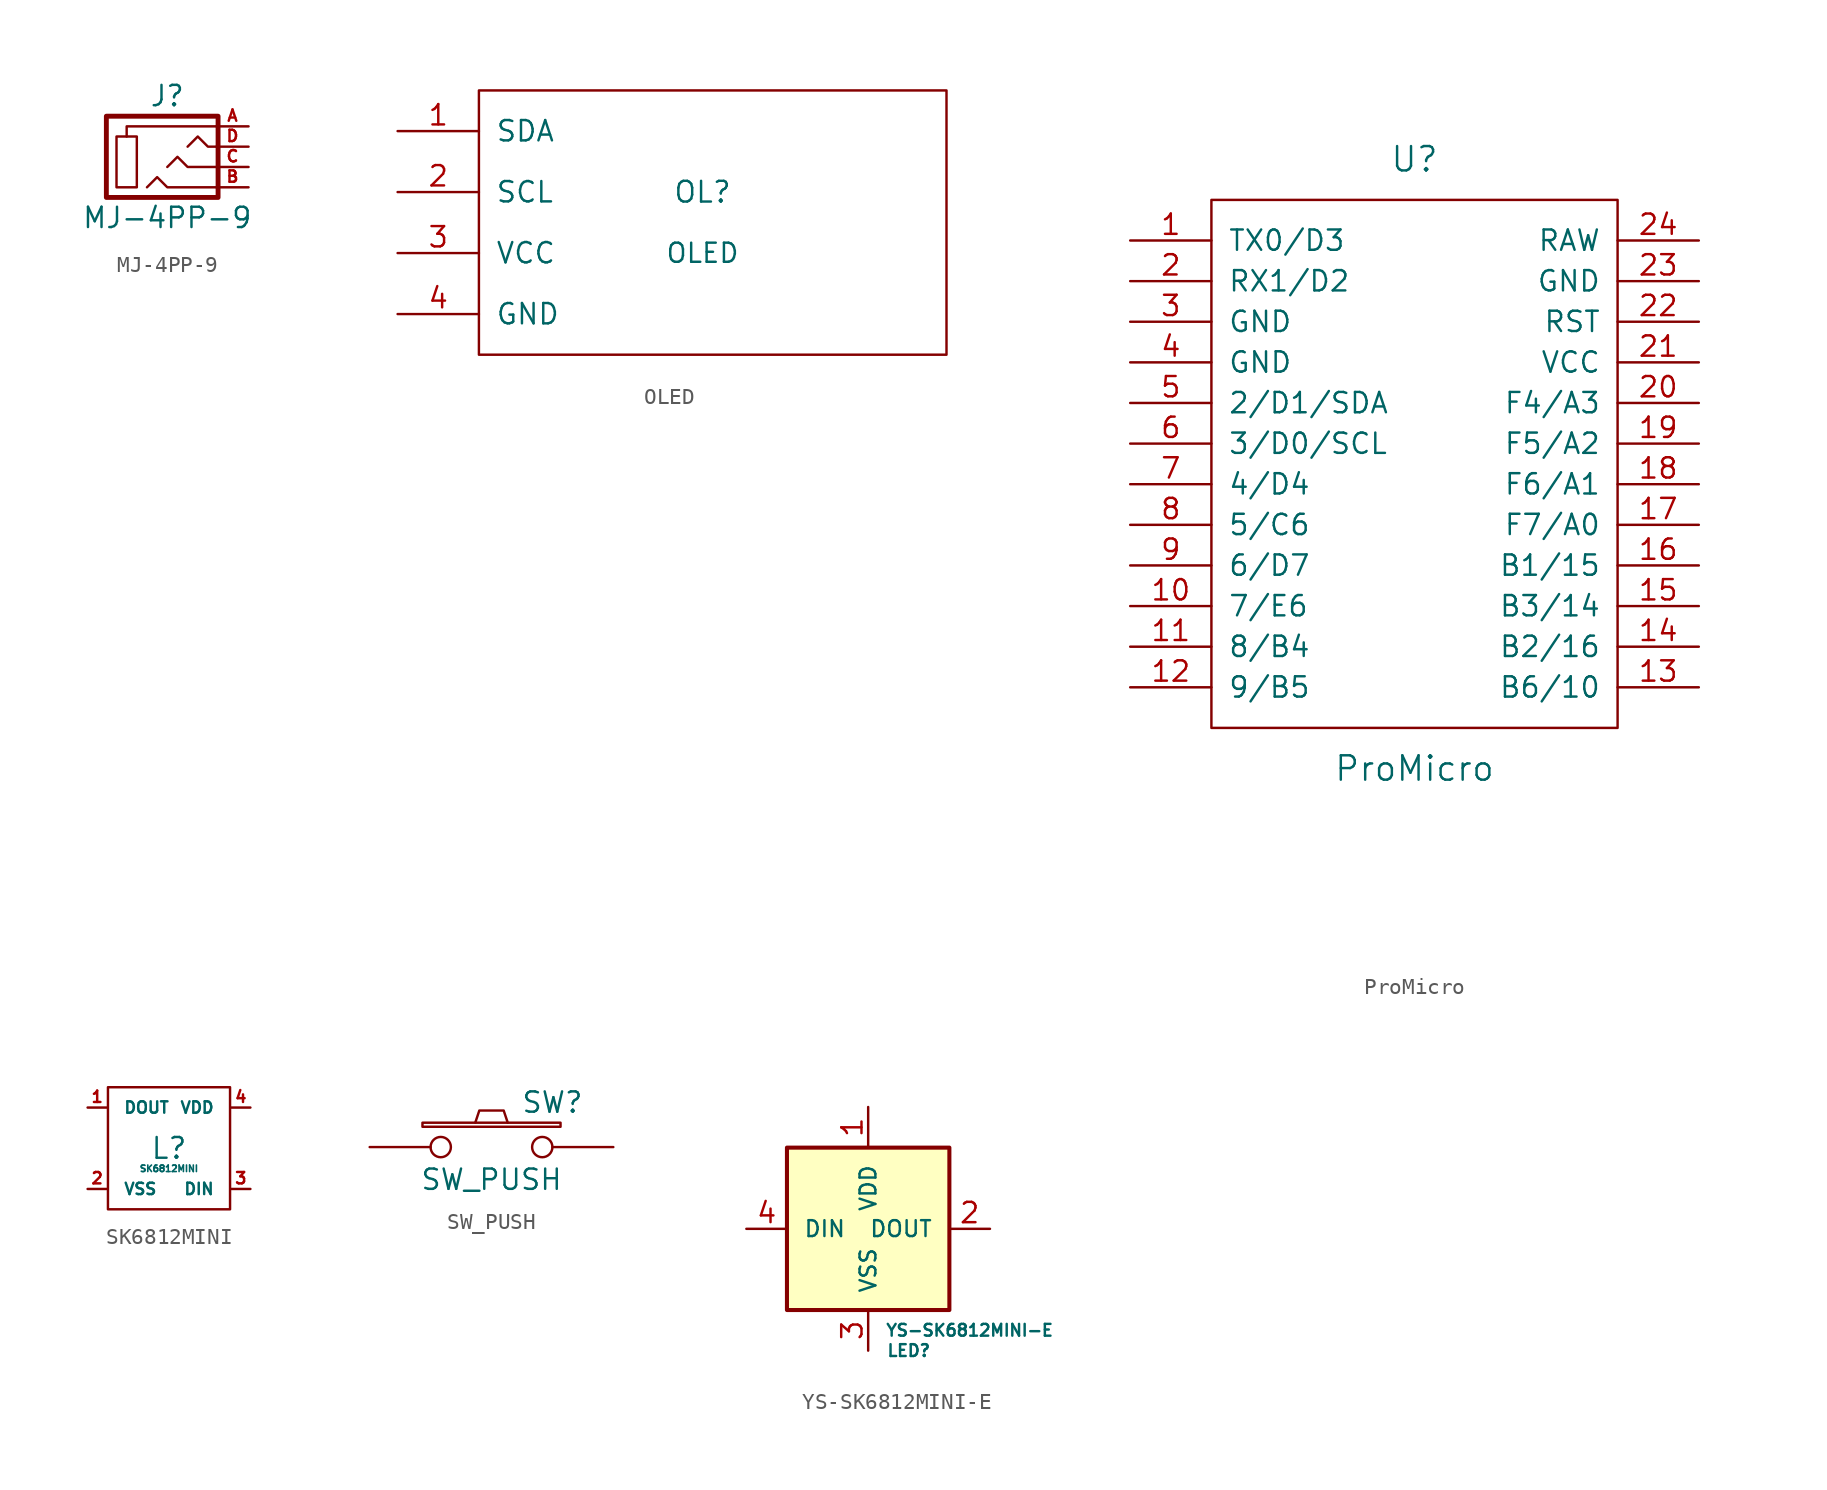
<source format=kicad_sym>
(kicad_symbol_lib
  (version 20220914)
  (generator kicad_symbol_editor)
  (symbol "MJ-4PP-9"
    (pin_names
      (offset 1.016))
    (property "Reference" "J"
      (at 0 3.81 0)
      (effects (font (size 1.27 1.27))))
    (property "Value" "MJ-4PP-9"
      (at 0 -3.81 0)
      (effects (font (size 1.27 1.27))))
    (symbol "MJ-4PP-9_0_1"
      (rectangle (start -1.905 -1.905) (end -3.175 1.27) (stroke (width 0) (type solid)) (fill (type none)))
      (polyline (pts (xy -2.54 1.27) (xy -2.54 1.905) (xy 3.175 1.905)) (stroke (width 0) (type solid)) (fill (type none)))
      (polyline (pts (xy -1.27 -1.905) (xy -0.635 -1.27) (xy 0 -1.905) (xy 3.175 -1.905)) (stroke (width 0) (type solid)) (fill (type none)))
      (polyline (pts (xy 0 -0.635) (xy 0.635 0) (xy 1.27 -0.635) (xy 3.175 -0.635)) (stroke (width 0) (type solid)) (fill (type none)))
      (polyline (pts (xy 1.27 0.635) (xy 1.905 1.27) (xy 2.54 0.635) (xy 3.175 0.635)) (stroke (width 0) (type solid)) (fill (type none)))
      (rectangle (start 3.175 2.54) (end -3.81 -2.54) (stroke (width 0.305) (type solid)) (fill (type none))))
    (symbol "MJ-4PP-9_1_1"
      (pin input line (at 5.08 1.905 180) (length 2.007) (name "~" (effects (font (size 0.508 0.508)))) (number "A" (effects (font (size 0.711 0.711)))))
      (pin input line (at 5.08 -1.905 180) (length 2.007) (name "~" (effects (font (size 0.508 0.508)))) (number "B" (effects (font (size 0.711 0.711)))))
      (pin input line (at 5.08 -0.635 180) (length 2.007) (name "~" (effects (font (size 0.508 0.508)))) (number "C" (effects (font (size 0.711 0.711)))))
      (pin input line (at 5.08 0.635 180) (length 2.007) (name "~" (effects (font (size 0.508 0.508)))) (number "D" (effects (font (size 0.711 0.711)))))))
  (symbol "OLED"
    (pin_names
      (offset 1.016))
    (property "Reference" "OL"
      (at 0 2.54 0)
      (effects (font (size 1.295 1.295))))
    (property "Value" "OLED"
      (at 0 -1.27 0)
      (effects (font (size 1.194 1.194))))
    (symbol "OLED_0_1"
      (rectangle (start -13.97 8.89) (end 15.24 -7.62) (stroke (width 0) (type solid)) (fill (type none))))
    (symbol "OLED_1_1"
      (pin bidirectional line (at -19.05 6.35 0) (length 5.08) (name "SDA" (effects (font (size 1.27 1.27)))) (number "1" (effects (font (size 1.27 1.27)))))
      (pin bidirectional line (at -19.05 2.54 0) (length 5.08) (name "SCL" (effects (font (size 1.27 1.27)))) (number "2" (effects (font (size 1.27 1.27)))))
      (pin power_in line (at -19.05 -1.27 0) (length 5.08) (name "VCC" (effects (font (size 1.27 1.27)))) (number "3" (effects (font (size 1.27 1.27)))))
      (pin power_in line (at -19.05 -5.08 0) (length 5.08) (name "GND" (effects (font (size 1.27 1.27)))) (number "4" (effects (font (size 1.27 1.27)))))))
  (symbol "ProMicro"
    (pin_names
      (offset 1.016))
    (property "Reference" "U"
      (at 0 19.05 0)
      (effects (font (size 1.524 1.524))))
    (property "Value" "ProMicro"
      (at 0 -19.05 0)
      (effects (font (size 1.524 1.524))))
    (property "Footprint" ""
      (at 2.54 -26.67 0)
      (effects (font (size 1.524 1.524))))
    (property "Datasheet" ""
      (at 2.54 -26.67 0)
      (effects (font (size 1.524 1.524))))
    (symbol "ProMicro_0_1"
      (rectangle (start -12.7 16.51) (end 12.7 -16.51) (stroke (width 0) (type solid)) (fill (type none))))
    (symbol "ProMicro_1_1"
      (pin bidirectional line (at -17.78 13.97 0) (length 5.08) (name "TX0/D3" (effects (font (size 1.27 1.27)))) (number "1" (effects (font (size 1.27 1.27)))))
      (pin bidirectional line (at -17.78 -8.89 0) (length 5.08) (name "7/E6" (effects (font (size 1.27 1.27)))) (number "10" (effects (font (size 1.27 1.27)))))
      (pin bidirectional line (at -17.78 -11.43 0) (length 5.08) (name "8/B4" (effects (font (size 1.27 1.27)))) (number "11" (effects (font (size 1.27 1.27)))))
      (pin bidirectional line (at -17.78 -13.97 0) (length 5.08) (name "9/B5" (effects (font (size 1.27 1.27)))) (number "12" (effects (font (size 1.27 1.27)))))
      (pin bidirectional line (at 17.78 -13.97 180) (length 5.08) (name "B6/10" (effects (font (size 1.27 1.27)))) (number "13" (effects (font (size 1.27 1.27)))))
      (pin bidirectional line (at 17.78 -11.43 180) (length 5.08) (name "B2/16" (effects (font (size 1.27 1.27)))) (number "14" (effects (font (size 1.27 1.27)))))
      (pin bidirectional line (at 17.78 -8.89 180) (length 5.08) (name "B3/14" (effects (font (size 1.27 1.27)))) (number "15" (effects (font (size 1.27 1.27)))))
      (pin bidirectional line (at 17.78 -6.35 180) (length 5.08) (name "B1/15" (effects (font (size 1.27 1.27)))) (number "16" (effects (font (size 1.27 1.27)))))
      (pin bidirectional line (at 17.78 -3.81 180) (length 5.08) (name "F7/A0" (effects (font (size 1.27 1.27)))) (number "17" (effects (font (size 1.27 1.27)))))
      (pin bidirectional line (at 17.78 -1.27 180) (length 5.08) (name "F6/A1" (effects (font (size 1.27 1.27)))) (number "18" (effects (font (size 1.27 1.27)))))
      (pin bidirectional line (at 17.78 1.27 180) (length 5.08) (name "F5/A2" (effects (font (size 1.27 1.27)))) (number "19" (effects (font (size 1.27 1.27)))))
      (pin bidirectional line (at -17.78 11.43 0) (length 5.08) (name "RX1/D2" (effects (font (size 1.27 1.27)))) (number "2" (effects (font (size 1.27 1.27)))))
      (pin bidirectional line (at 17.78 3.81 180) (length 5.08) (name "F4/A3" (effects (font (size 1.27 1.27)))) (number "20" (effects (font (size 1.27 1.27)))))
      (pin power_in line (at 17.78 6.35 180) (length 5.08) (name "VCC" (effects (font (size 1.27 1.27)))) (number "21" (effects (font (size 1.27 1.27)))))
      (pin input line (at 17.78 8.89 180) (length 5.08) (name "RST" (effects (font (size 1.27 1.27)))) (number "22" (effects (font (size 1.27 1.27)))))
      (pin power_in line (at 17.78 11.43 180) (length 5.08) (name "GND" (effects (font (size 1.27 1.27)))) (number "23" (effects (font (size 1.27 1.27)))))
      (pin power_out line (at 17.78 13.97 180) (length 5.08) (name "RAW" (effects (font (size 1.27 1.27)))) (number "24" (effects (font (size 1.27 1.27)))))
      (pin power_in line (at -17.78 8.89 0) (length 5.08) (name "GND" (effects (font (size 1.27 1.27)))) (number "3" (effects (font (size 1.27 1.27)))))
      (pin power_in line (at -17.78 6.35 0) (length 5.08) (name "GND" (effects (font (size 1.27 1.27)))) (number "4" (effects (font (size 1.27 1.27)))))
      (pin bidirectional line (at -17.78 3.81 0) (length 5.08) (name "2/D1/SDA" (effects (font (size 1.27 1.27)))) (number "5" (effects (font (size 1.27 1.27)))))
      (pin bidirectional line (at -17.78 1.27 0) (length 5.08) (name "3/D0/SCL" (effects (font (size 1.27 1.27)))) (number "6" (effects (font (size 1.27 1.27)))))
      (pin bidirectional line (at -17.78 -1.27 0) (length 5.08) (name "4/D4" (effects (font (size 1.27 1.27)))) (number "7" (effects (font (size 1.27 1.27)))))
      (pin bidirectional line (at -17.78 -3.81 0) (length 5.08) (name "5/C6" (effects (font (size 1.27 1.27)))) (number "8" (effects (font (size 1.27 1.27)))))
      (pin bidirectional line (at -17.78 -6.35 0) (length 5.08) (name "6/D7" (effects (font (size 1.27 1.27)))) (number "9" (effects (font (size 1.27 1.27)))))))
  (symbol "SK6812MINI"
    (pin_names
      (offset 1.016))
    (property "Reference" "L"
      (at 0 0 0)
      (effects (font (size 1.295 1.295))))
    (property "Value" "SK6812MINI"
      (at 0 -1.27 0)
      (effects (font (size 0.406 0.406))))
    (symbol "SK6812MINI_0_1"
      (rectangle (start -3.81 3.81) (end 3.81 -3.81) (stroke (width 0) (type solid)) (fill (type none))))
    (symbol "SK6812MINI_1_1"
      (pin output line (at -5.08 2.54 0) (length 1.194) (name "DOUT" (effects (font (size 0.711 0.711)))) (number "1" (effects (font (size 0.711 0.711)))))
      (pin power_in line (at -5.08 -2.54 0) (length 1.194) (name "VSS" (effects (font (size 0.711 0.711)))) (number "2" (effects (font (size 0.711 0.711)))))
      (pin input line (at 5.08 -2.54 180) (length 1.194) (name "DIN" (effects (font (size 0.711 0.711)))) (number "3" (effects (font (size 0.711 0.711)))))
      (pin power_in line (at 5.08 2.54 180) (length 1.194) (name "VDD" (effects (font (size 0.711 0.711)))) (number "4" (effects (font (size 0.711 0.711)))))))
  (symbol "SW_PUSH"
    (pin_numbers hide)
    (pin_names
      (offset 1.016) hide)
    (property "Reference" "SW"
      (at 3.81 2.794 0)
      (effects (font (size 1.27 1.27))))
    (property "Value" "SW_PUSH"
      (at 0 -2.032 0)
      (effects (font (size 1.27 1.27))))
    (property "Footprint" ""
      (at 0 0 0)
      (effects (font (size 1.27 1.27))))
    (property "Datasheet" ""
      (at 0 0 0)
      (effects (font (size 1.27 1.27))))
    (symbol "SW_PUSH_0_1"
      (rectangle (start -4.318 1.27) (end 4.318 1.524) (stroke (width 0) (type solid)) (fill (type none)))
      (polyline (pts (xy -1.016 1.524) (xy -0.762 2.286) (xy 0.762 2.286) (xy 1.016 1.524)) (stroke (width 0) (type solid)) (fill (type none)))
      (pin passive inverted (at -7.62 0 0) (length 5.08) (name "1" (effects (font (size 1.27 1.27)))) (number "1" (effects (font (size 1.27 1.27)))))
      (pin passive inverted (at 7.62 0 180) (length 5.08) (name "2" (effects (font (size 1.27 1.27)))) (number "2" (effects (font (size 1.27 1.27)))))))
  (symbol "YS-SK6812MINI-E"
    (pin_names
      (offset 1.016))
    (property "Reference" "LED"
      (at 2.54 -7.62 0)
      (effects (font (size 0.737 0.737))))
    (property "Value" "YS-SK6812MINI-E"
      (at 6.35 -6.35 0)
      (effects (font (size 0.737 0.737))))
    (symbol "YS-SK6812MINI-E_0_1"
      (rectangle (start -5.08 5.08) (end 5.08 -5.08) (stroke (width 0.254) (type solid)) (fill (type background))))
    (symbol "YS-SK6812MINI-E_1_1"
      (pin power_in line (at 0 7.62 270) (length 2.54) (name "VDD" (effects (font (size 0.991 0.991)))) (number "1" (effects (font (size 1.27 1.27)))))
      (pin output line (at 7.62 0 180) (length 2.54) (name "DOUT" (effects (font (size 0.991 0.991)))) (number "2" (effects (font (size 1.27 1.27)))))
      (pin power_in line (at 0 -7.62 90) (length 2.54) (name "VSS" (effects (font (size 0.991 0.991)))) (number "3" (effects (font (size 1.27 1.27)))))
      (pin input line (at -7.62 0 0) (length 2.54) (name "DIN" (effects (font (size 0.991 0.991)))) (number "4" (effects (font (size 1.27 1.27))))))))
</source>
